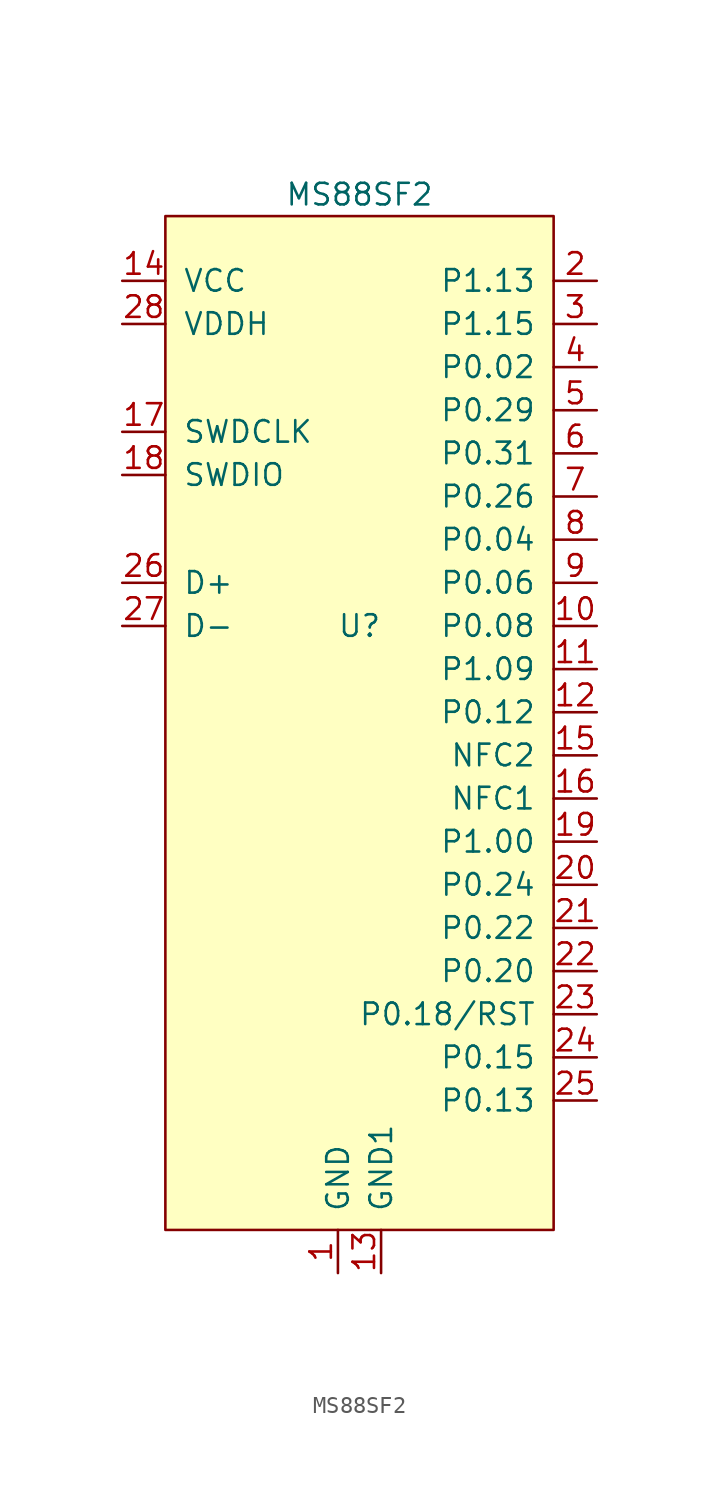
<source format=kicad_sym>
(kicad_symbol_lib
  (version 20220914)
  (generator kicad_symbol_editor)
  (symbol "MS88SF2"
    (pin_names
      (offset 1.016))
    (property "Reference" "U"
      (at 0 -15.24 0)
      (effects (font (size 1.27 1.27))))
    (property "Value" "MS88SF2"
      (at 0 10.16 0)
      (effects (font (size 1.27 1.27))))
    (symbol "MS88SF2_1_1"
      (rectangle (start -11.43 8.89) (end 11.43 -50.8) (stroke (width 0) (type solid)) (fill (type background)))
      (pin power_in line (at -1.27 -53.34 90) (length 2.54) (name "GND" (effects (font (size 1.27 1.27)))) (number "1" (effects (font (size 1.27 1.27)))))
      (pin bidirectional line (at 13.97 -15.24 180) (length 2.54) (name "P0.08" (effects (font (size 1.27 1.27)))) (number "10" (effects (font (size 1.27 1.27)))))
      (pin bidirectional line (at 13.97 -17.78 180) (length 2.54) (name "P1.09" (effects (font (size 1.27 1.27)))) (number "11" (effects (font (size 1.27 1.27)))))
      (pin bidirectional line (at 13.97 -20.32 180) (length 2.54) (name "P0.12" (effects (font (size 1.27 1.27)))) (number "12" (effects (font (size 1.27 1.27)))))
      (pin power_in line (at 1.27 -53.34 90) (length 2.54) (name "GND1" (effects (font (size 1.27 1.27)))) (number "13" (effects (font (size 1.27 1.27)))))
      (pin power_in line (at -13.97 5.08 0) (length 2.54) (name "VCC" (effects (font (size 1.27 1.27)))) (number "14" (effects (font (size 1.27 1.27)))))
      (pin bidirectional line (at 13.97 -22.86 180) (length 2.54) (name "NFC2" (effects (font (size 1.27 1.27)))) (number "15" (effects (font (size 1.27 1.27)))))
      (pin bidirectional line (at 13.97 -25.4 180) (length 2.54) (name "NFC1" (effects (font (size 1.27 1.27)))) (number "16" (effects (font (size 1.27 1.27)))))
      (pin input line (at -13.97 -3.81 0) (length 2.54) (name "SWDCLK" (effects (font (size 1.27 1.27)))) (number "17" (effects (font (size 1.27 1.27)))))
      (pin bidirectional line (at -13.97 -6.35 0) (length 2.54) (name "SWDIO" (effects (font (size 1.27 1.27)))) (number "18" (effects (font (size 1.27 1.27)))))
      (pin bidirectional line (at 13.97 -27.94 180) (length 2.54) (name "P1.00" (effects (font (size 1.27 1.27)))) (number "19" (effects (font (size 1.27 1.27)))))
      (pin bidirectional line (at 13.97 5.08 180) (length 2.54) (name "P1.13" (effects (font (size 1.27 1.27)))) (number "2" (effects (font (size 1.27 1.27)))))
      (pin bidirectional line (at 13.97 -30.48 180) (length 2.54) (name "P0.24" (effects (font (size 1.27 1.27)))) (number "20" (effects (font (size 1.27 1.27)))))
      (pin bidirectional line (at 13.97 -33.02 180) (length 2.54) (name "P0.22" (effects (font (size 1.27 1.27)))) (number "21" (effects (font (size 1.27 1.27)))))
      (pin bidirectional line (at 13.97 -35.56 180) (length 2.54) (name "P0.20" (effects (font (size 1.27 1.27)))) (number "22" (effects (font (size 1.27 1.27)))))
      (pin bidirectional line (at 13.97 -38.1 180) (length 2.54) (name "P0.18/RST" (effects (font (size 1.27 1.27)))) (number "23" (effects (font (size 1.27 1.27)))))
      (pin bidirectional line (at 13.97 -40.64 180) (length 2.54) (name "P0.15" (effects (font (size 1.27 1.27)))) (number "24" (effects (font (size 1.27 1.27)))))
      (pin bidirectional line (at 13.97 -43.18 180) (length 2.54) (name "P0.13" (effects (font (size 1.27 1.27)))) (number "25" (effects (font (size 1.27 1.27)))))
      (pin bidirectional line (at -13.97 -12.7 0) (length 2.54) (name "D+" (effects (font (size 1.27 1.27)))) (number "26" (effects (font (size 1.27 1.27)))))
      (pin bidirectional line (at -13.97 -15.24 0) (length 2.54) (name "D-" (effects (font (size 1.27 1.27)))) (number "27" (effects (font (size 1.27 1.27)))))
      (pin power_in line (at -13.97 2.54 0) (length 2.54) (name "VDDH" (effects (font (size 1.27 1.27)))) (number "28" (effects (font (size 1.27 1.27)))))
      (pin bidirectional line (at 13.97 2.54 180) (length 2.54) (name "P1.15" (effects (font (size 1.27 1.27)))) (number "3" (effects (font (size 1.27 1.27)))))
      (pin bidirectional line (at 13.97 0 180) (length 2.54) (name "P0.02" (effects (font (size 1.27 1.27)))) (number "4" (effects (font (size 1.27 1.27)))))
      (pin bidirectional line (at 13.97 -2.54 180) (length 2.54) (name "P0.29" (effects (font (size 1.27 1.27)))) (number "5" (effects (font (size 1.27 1.27)))))
      (pin bidirectional line (at 13.97 -5.08 180) (length 2.54) (name "P0.31" (effects (font (size 1.27 1.27)))) (number "6" (effects (font (size 1.27 1.27)))))
      (pin bidirectional line (at 13.97 -7.62 180) (length 2.54) (name "P0.26" (effects (font (size 1.27 1.27)))) (number "7" (effects (font (size 1.27 1.27)))))
      (pin bidirectional line (at 13.97 -10.16 180) (length 2.54) (name "P0.04" (effects (font (size 1.27 1.27)))) (number "8" (effects (font (size 1.27 1.27)))))
      (pin bidirectional line (at 13.97 -12.7 180) (length 2.54) (name "P0.06" (effects (font (size 1.27 1.27)))) (number "9" (effects (font (size 1.27 1.27))))))))
</source>
